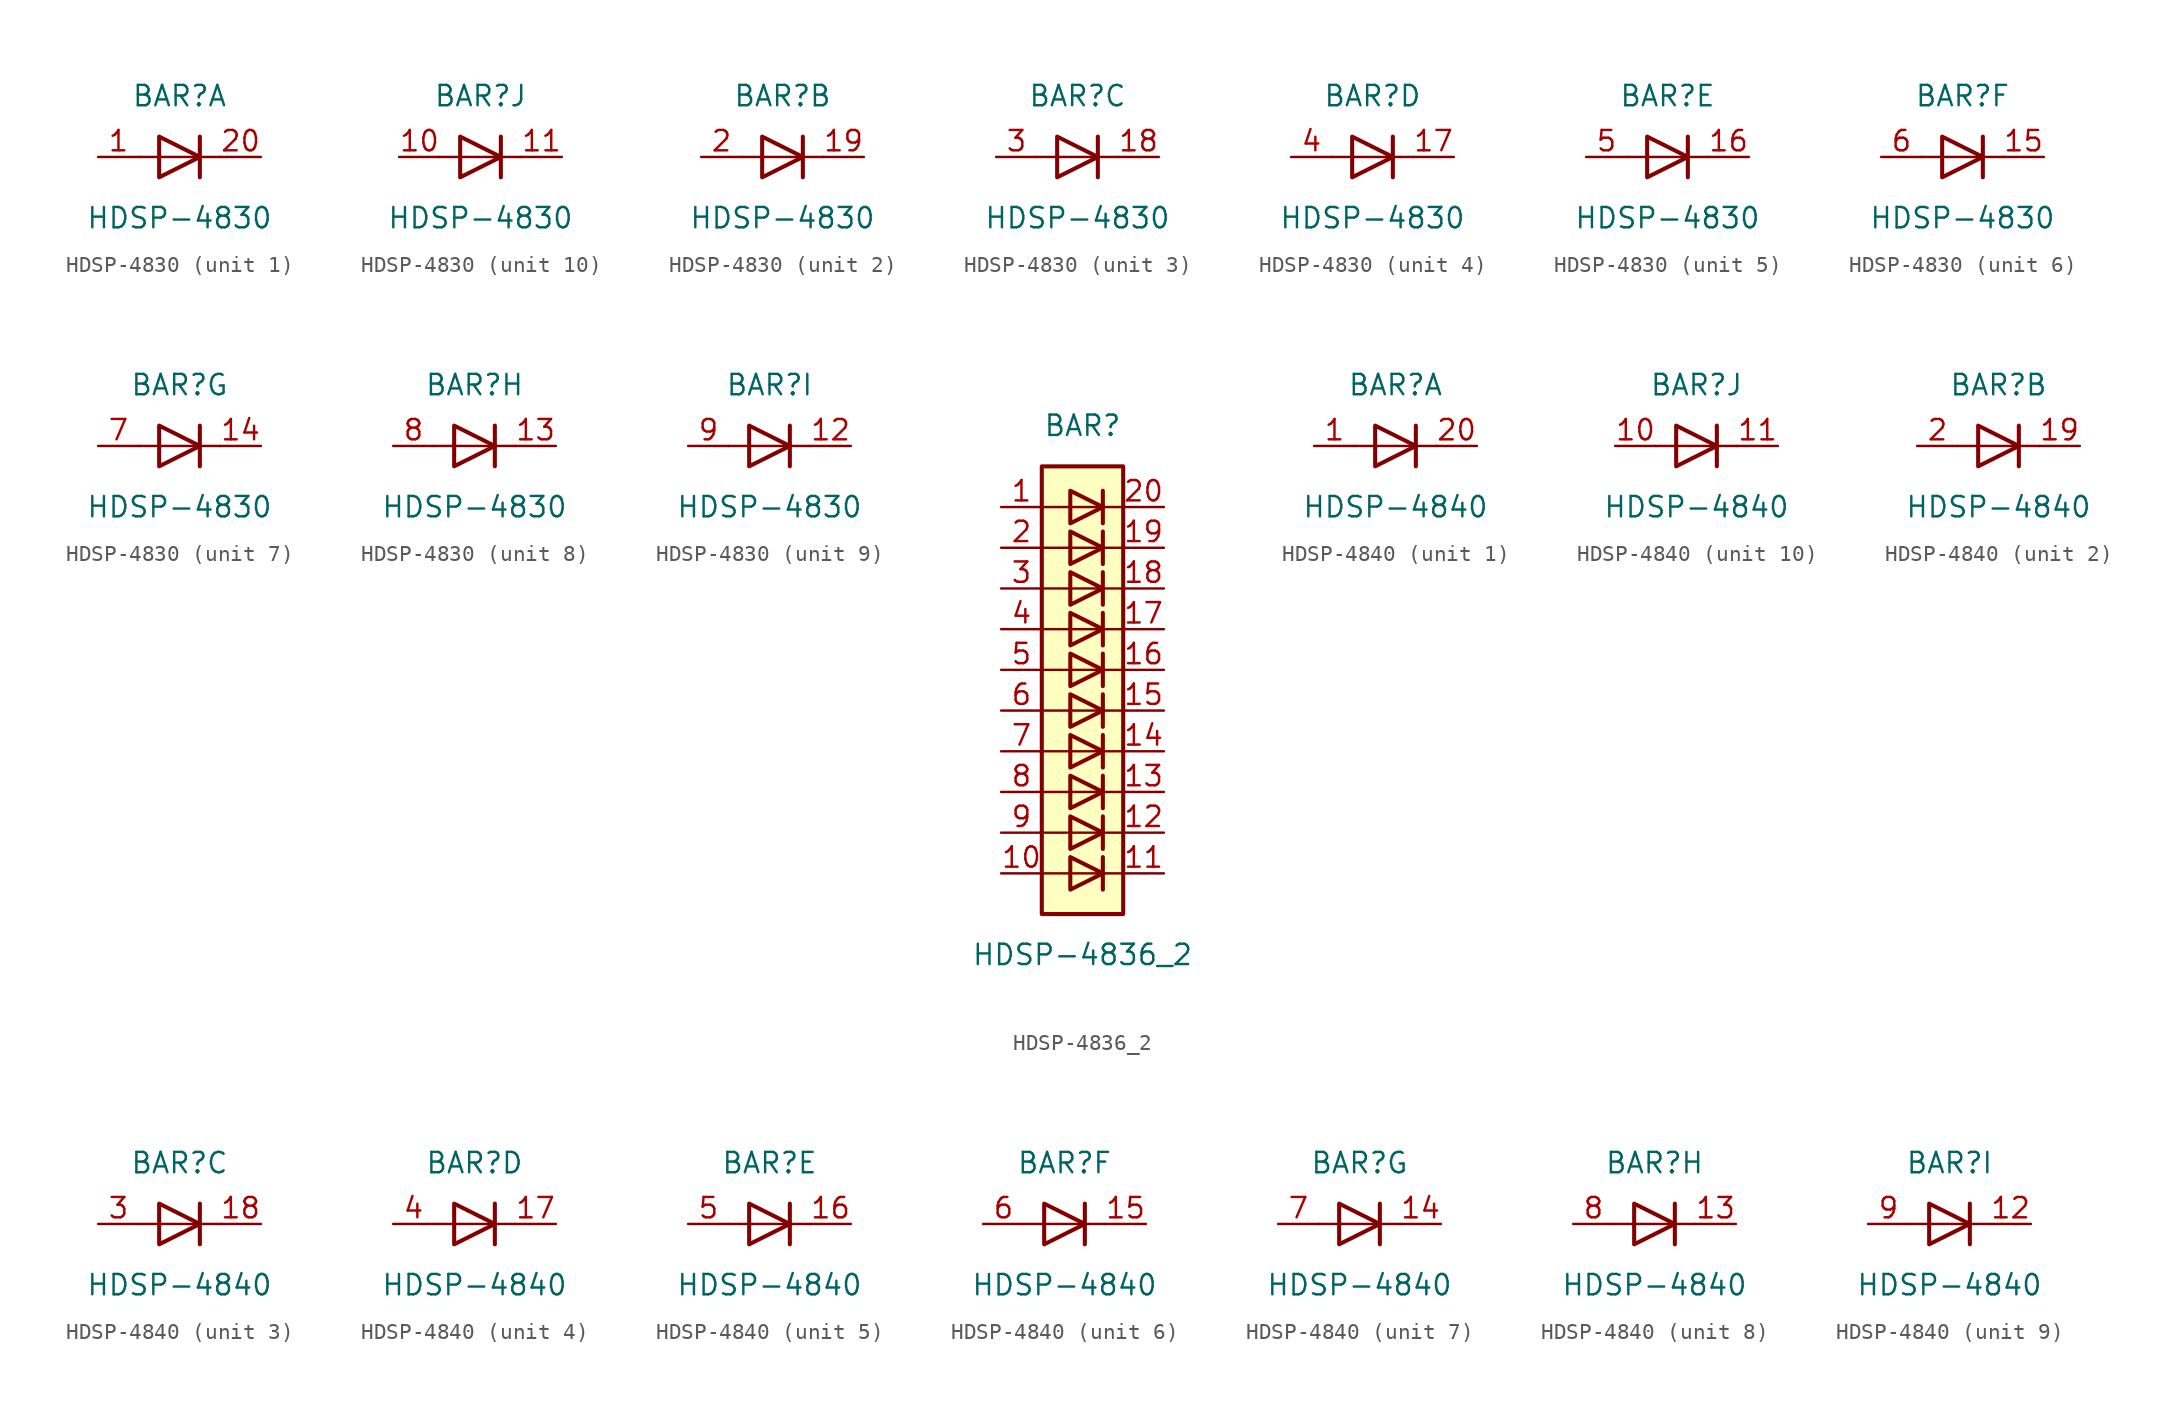
<source format=kicad_sym>
(kicad_symbol_lib
  (version 20231120)
  (generator "kicad_symbol_editor")
  (generator_version "8.0")
  (symbol "HDSP-4830"
    (pin_names
      (offset 1.016) hide)
    (property "Reference" "BAR"
      (at 0 3.81 0)
      (effects (font (size 1.27 1.27))))
    (property "Value" "HDSP-4830"
      (at 0 -3.81 0)
      (effects (font (size 1.27 1.27))))
    (symbol "HDSP-4830_0_1"
      (polyline (pts (xy -2.54 0) (xy 2.54 0)) (stroke (width 0) (type default)) (fill (type none)))
      (polyline (pts (xy 1.27 -1.27) (xy 1.27 1.27)) (stroke (width 0.254) (type default)) (fill (type none)))
      (polyline (pts (xy -1.27 1.27) (xy -1.27 -1.27) (xy 1.27 0) (xy -1.27 1.27)) (stroke (width 0.254) (type default)) (fill (type none))))
    (symbol "HDSP-4830_1_1"
      (pin passive line (at -5.08 0 0) (length 2.54) (name "A" (effects (font (size 1.27 1.27)))) (number "1" (effects (font (size 1.27 1.27)))))
      (pin passive line (at 5.08 0 180) (length 2.54) (name "K" (effects (font (size 1.27 1.27)))) (number "20" (effects (font (size 1.27 1.27))))))
    (symbol "HDSP-4830_2_1"
      (pin passive line (at 5.08 0 180) (length 2.54) (name "K" (effects (font (size 1.27 1.27)))) (number "19" (effects (font (size 1.27 1.27)))))
      (pin passive line (at -5.08 0 0) (length 2.54) (name "A" (effects (font (size 1.27 1.27)))) (number "2" (effects (font (size 1.27 1.27))))))
    (symbol "HDSP-4830_3_1"
      (pin passive line (at 5.08 0 180) (length 2.54) (name "K" (effects (font (size 1.27 1.27)))) (number "18" (effects (font (size 1.27 1.27)))))
      (pin passive line (at -5.08 0 0) (length 2.54) (name "A" (effects (font (size 1.27 1.27)))) (number "3" (effects (font (size 1.27 1.27))))))
    (symbol "HDSP-4830_4_1"
      (pin passive line (at 5.08 0 180) (length 2.54) (name "K" (effects (font (size 1.27 1.27)))) (number "17" (effects (font (size 1.27 1.27)))))
      (pin passive line (at -5.08 0 0) (length 2.54) (name "A" (effects (font (size 1.27 1.27)))) (number "4" (effects (font (size 1.27 1.27))))))
    (symbol "HDSP-4830_5_1"
      (pin passive line (at 5.08 0 180) (length 2.54) (name "K" (effects (font (size 1.27 1.27)))) (number "16" (effects (font (size 1.27 1.27)))))
      (pin passive line (at -5.08 0 0) (length 2.54) (name "A" (effects (font (size 1.27 1.27)))) (number "5" (effects (font (size 1.27 1.27))))))
    (symbol "HDSP-4830_6_1"
      (pin passive line (at 5.08 0 180) (length 2.54) (name "K" (effects (font (size 1.27 1.27)))) (number "15" (effects (font (size 1.27 1.27)))))
      (pin passive line (at -5.08 0 0) (length 2.54) (name "A" (effects (font (size 1.27 1.27)))) (number "6" (effects (font (size 1.27 1.27))))))
    (symbol "HDSP-4830_7_1"
      (pin passive line (at 5.08 0 180) (length 2.54) (name "K" (effects (font (size 1.27 1.27)))) (number "14" (effects (font (size 1.27 1.27)))))
      (pin passive line (at -5.08 0 0) (length 2.54) (name "A" (effects (font (size 1.27 1.27)))) (number "7" (effects (font (size 1.27 1.27))))))
    (symbol "HDSP-4830_8_1"
      (pin passive line (at 5.08 0 180) (length 2.54) (name "K" (effects (font (size 1.27 1.27)))) (number "13" (effects (font (size 1.27 1.27)))))
      (pin passive line (at -5.08 0 0) (length 2.54) (name "A" (effects (font (size 1.27 1.27)))) (number "8" (effects (font (size 1.27 1.27))))))
    (symbol "HDSP-4830_9_1"
      (pin passive line (at 5.08 0 180) (length 2.54) (name "K" (effects (font (size 1.27 1.27)))) (number "12" (effects (font (size 1.27 1.27)))))
      (pin passive line (at -5.08 0 0) (length 2.54) (name "A" (effects (font (size 1.27 1.27)))) (number "9" (effects (font (size 1.27 1.27))))))
    (symbol "HDSP-4830_10_1"
      (pin passive line (at -5.08 0 0) (length 2.54) (name "A" (effects (font (size 1.27 1.27)))) (number "10" (effects (font (size 1.27 1.27)))))
      (pin passive line (at 5.08 0 180) (length 2.54) (name "K" (effects (font (size 1.27 1.27)))) (number "11" (effects (font (size 1.27 1.27)))))))
  (symbol "HDSP-4836_2"
    (pin_names
      (offset 1.016) hide)
    (property "Reference" "BAR"
      (at 0 15.24 0)
      (effects (font (size 1.27 1.27))))
    (property "Value" "HDSP-4836_2"
      (at 0 -17.78 0)
      (effects (font (size 1.27 1.27))))
    (symbol "HDSP-4836_2_0_1"
      (rectangle (start -2.54 12.7) (end 2.54 -15.24) (stroke (width 0.254) (type default)) (fill (type background)))
      (polyline (pts (xy -2.54 -12.7) (xy 2.54 -12.7)) (stroke (width 0) (type default)) (fill (type none)))
      (polyline (pts (xy -2.54 -10.16) (xy 2.54 -10.16)) (stroke (width 0) (type default)) (fill (type none)))
      (polyline (pts (xy -2.54 -7.62) (xy 2.54 -7.62)) (stroke (width 0) (type default)) (fill (type none)))
      (polyline (pts (xy -2.54 -5.08) (xy 2.54 -5.08)) (stroke (width 0) (type default)) (fill (type none)))
      (polyline (pts (xy -2.54 0) (xy 2.54 0)) (stroke (width 0) (type default)) (fill (type none)))
      (polyline (pts (xy -2.54 5.08) (xy 2.54 5.08)) (stroke (width 0) (type default)) (fill (type none)))
      (polyline (pts (xy -2.54 7.62) (xy 2.54 7.62)) (stroke (width 0) (type default)) (fill (type none)))
      (polyline (pts (xy -2.54 10.16) (xy 2.54 10.16)) (stroke (width 0) (type default)) (fill (type none)))
      (polyline (pts (xy 1.27 -11.684) (xy 1.27 -13.716)) (stroke (width 0.254) (type default)) (fill (type none)))
      (polyline (pts (xy 1.27 -9.144) (xy 1.27 -11.176)) (stroke (width 0.254) (type default)) (fill (type none)))
      (polyline (pts (xy 1.27 -6.604) (xy 1.27 -8.636)) (stroke (width 0.254) (type default)) (fill (type none)))
      (polyline (pts (xy 1.27 -4.064) (xy 1.27 -6.096)) (stroke (width 0.254) (type default)) (fill (type none)))
      (polyline (pts (xy 1.27 -1.524) (xy 1.27 -3.556)) (stroke (width 0.254) (type default)) (fill (type none)))
      (polyline (pts (xy 1.27 1.016) (xy 1.27 -1.016)) (stroke (width 0.254) (type default)) (fill (type none)))
      (polyline (pts (xy 1.27 3.556) (xy 1.27 1.524)) (stroke (width 0.254) (type default)) (fill (type none)))
      (polyline (pts (xy 1.27 6.096) (xy 1.27 4.064)) (stroke (width 0.254) (type default)) (fill (type none)))
      (polyline (pts (xy 1.27 8.636) (xy 1.27 6.604)) (stroke (width 0.254) (type default)) (fill (type none)))
      (polyline (pts (xy 1.27 11.176) (xy 1.27 9.144)) (stroke (width 0.254) (type default)) (fill (type none)))
      (polyline (pts (xy 2.54 -2.54) (xy -2.54 -2.54)) (stroke (width 0) (type default)) (fill (type none)))
      (polyline (pts (xy 2.54 2.54) (xy -2.54 2.54)) (stroke (width 0) (type default)) (fill (type none)))
      (polyline (pts (xy -0.762 -11.684) (xy -0.762 -13.716) (xy 1.27 -12.7) (xy -0.762 -11.684)) (stroke (width 0.254) (type default)) (fill (type none)))
      (polyline (pts (xy -0.762 -9.144) (xy -0.762 -11.176) (xy 1.27 -10.16) (xy -0.762 -9.144)) (stroke (width 0.254) (type default)) (fill (type none)))
      (polyline (pts (xy -0.762 -6.604) (xy -0.762 -8.636) (xy 1.27 -7.62) (xy -0.762 -6.604)) (stroke (width 0.254) (type default)) (fill (type none)))
      (polyline (pts (xy -0.762 -4.064) (xy -0.762 -6.096) (xy 1.27 -5.08) (xy -0.762 -4.064)) (stroke (width 0.254) (type default)) (fill (type none)))
      (polyline (pts (xy -0.762 -1.524) (xy -0.762 -3.556) (xy 1.27 -2.54) (xy -0.762 -1.524)) (stroke (width 0.254) (type default)) (fill (type none)))
      (polyline (pts (xy -0.762 1.016) (xy -0.762 -1.016) (xy 1.27 0) (xy -0.762 1.016)) (stroke (width 0.254) (type default)) (fill (type none)))
      (polyline (pts (xy -0.762 3.556) (xy -0.762 1.524) (xy 1.27 2.54) (xy -0.762 3.556)) (stroke (width 0.254) (type default)) (fill (type none)))
      (polyline (pts (xy -0.762 6.096) (xy -0.762 4.064) (xy 1.27 5.08) (xy -0.762 6.096)) (stroke (width 0.254) (type default)) (fill (type none)))
      (polyline (pts (xy -0.762 8.636) (xy -0.762 6.604) (xy 1.27 7.62) (xy -0.762 8.636)) (stroke (width 0.254) (type default)) (fill (type none)))
      (polyline (pts (xy -0.762 11.176) (xy -0.762 9.144) (xy 1.27 10.16) (xy -0.762 11.176)) (stroke (width 0.254) (type default)) (fill (type none))))
    (symbol "HDSP-4836_2_1_1"
      (pin passive line (at -5.08 10.16 0) (length 2.54) (name "A" (effects (font (size 1.27 1.27)))) (number "1" (effects (font (size 1.27 1.27)))))
      (pin passive line (at -5.08 -12.7 0) (length 2.54) (name "A" (effects (font (size 1.27 1.27)))) (number "10" (effects (font (size 1.27 1.27)))))
      (pin passive line (at 5.08 -12.7 180) (length 2.54) (name "K" (effects (font (size 1.27 1.27)))) (number "11" (effects (font (size 1.27 1.27)))))
      (pin passive line (at 5.08 -10.16 180) (length 2.54) (name "K" (effects (font (size 1.27 1.27)))) (number "12" (effects (font (size 1.27 1.27)))))
      (pin passive line (at 5.08 -7.62 180) (length 2.54) (name "K" (effects (font (size 1.27 1.27)))) (number "13" (effects (font (size 1.27 1.27)))))
      (pin passive line (at 5.08 -5.08 180) (length 2.54) (name "K" (effects (font (size 1.27 1.27)))) (number "14" (effects (font (size 1.27 1.27)))))
      (pin passive line (at 5.08 -2.54 180) (length 2.54) (name "K" (effects (font (size 1.27 1.27)))) (number "15" (effects (font (size 1.27 1.27)))))
      (pin passive line (at 5.08 0 180) (length 2.54) (name "K" (effects (font (size 1.27 1.27)))) (number "16" (effects (font (size 1.27 1.27)))))
      (pin passive line (at 5.08 2.54 180) (length 2.54) (name "K" (effects (font (size 1.27 1.27)))) (number "17" (effects (font (size 1.27 1.27)))))
      (pin passive line (at 5.08 5.08 180) (length 2.54) (name "K" (effects (font (size 1.27 1.27)))) (number "18" (effects (font (size 1.27 1.27)))))
      (pin passive line (at 5.08 7.62 180) (length 2.54) (name "K" (effects (font (size 1.27 1.27)))) (number "19" (effects (font (size 1.27 1.27)))))
      (pin passive line (at -5.08 7.62 0) (length 2.54) (name "A" (effects (font (size 1.27 1.27)))) (number "2" (effects (font (size 1.27 1.27)))))
      (pin passive line (at 5.08 10.16 180) (length 2.54) (name "K" (effects (font (size 1.27 1.27)))) (number "20" (effects (font (size 1.27 1.27)))))
      (pin passive line (at -5.08 5.08 0) (length 2.54) (name "A" (effects (font (size 1.27 1.27)))) (number "3" (effects (font (size 1.27 1.27)))))
      (pin passive line (at -5.08 2.54 0) (length 2.54) (name "A" (effects (font (size 1.27 1.27)))) (number "4" (effects (font (size 1.27 1.27)))))
      (pin passive line (at -5.08 0 0) (length 2.54) (name "A" (effects (font (size 1.27 1.27)))) (number "5" (effects (font (size 1.27 1.27)))))
      (pin passive line (at -5.08 -2.54 0) (length 2.54) (name "A" (effects (font (size 1.27 1.27)))) (number "6" (effects (font (size 1.27 1.27)))))
      (pin passive line (at -5.08 -5.08 0) (length 2.54) (name "A" (effects (font (size 1.27 1.27)))) (number "7" (effects (font (size 1.27 1.27)))))
      (pin passive line (at -5.08 -7.62 0) (length 2.54) (name "A" (effects (font (size 1.27 1.27)))) (number "8" (effects (font (size 1.27 1.27)))))
      (pin passive line (at -5.08 -10.16 0) (length 2.54) (name "A" (effects (font (size 1.27 1.27)))) (number "9" (effects (font (size 1.27 1.27)))))))
  (symbol "HDSP-4840"
    (pin_names
      (offset 1.016) hide)
    (property "Reference" "BAR"
      (at 0 3.81 0)
      (effects (font (size 1.27 1.27))))
    (property "Value" "HDSP-4840"
      (at 0 -3.81 0)
      (effects (font (size 1.27 1.27))))
    (symbol "HDSP-4840_0_1"
      (polyline (pts (xy -2.54 0) (xy 2.54 0)) (stroke (width 0) (type default)) (fill (type none)))
      (polyline (pts (xy 1.27 -1.27) (xy 1.27 1.27)) (stroke (width 0.254) (type default)) (fill (type none)))
      (polyline (pts (xy -1.27 1.27) (xy -1.27 -1.27) (xy 1.27 0) (xy -1.27 1.27)) (stroke (width 0.254) (type default)) (fill (type none))))
    (symbol "HDSP-4840_1_1"
      (pin passive line (at -5.08 0 0) (length 2.54) (name "A" (effects (font (size 1.27 1.27)))) (number "1" (effects (font (size 1.27 1.27)))))
      (pin passive line (at 5.08 0 180) (length 2.54) (name "K" (effects (font (size 1.27 1.27)))) (number "20" (effects (font (size 1.27 1.27))))))
    (symbol "HDSP-4840_2_1"
      (pin passive line (at 5.08 0 180) (length 2.54) (name "K" (effects (font (size 1.27 1.27)))) (number "19" (effects (font (size 1.27 1.27)))))
      (pin passive line (at -5.08 0 0) (length 2.54) (name "A" (effects (font (size 1.27 1.27)))) (number "2" (effects (font (size 1.27 1.27))))))
    (symbol "HDSP-4840_3_1"
      (pin passive line (at 5.08 0 180) (length 2.54) (name "K" (effects (font (size 1.27 1.27)))) (number "18" (effects (font (size 1.27 1.27)))))
      (pin passive line (at -5.08 0 0) (length 2.54) (name "A" (effects (font (size 1.27 1.27)))) (number "3" (effects (font (size 1.27 1.27))))))
    (symbol "HDSP-4840_4_1"
      (pin passive line (at 5.08 0 180) (length 2.54) (name "K" (effects (font (size 1.27 1.27)))) (number "17" (effects (font (size 1.27 1.27)))))
      (pin passive line (at -5.08 0 0) (length 2.54) (name "A" (effects (font (size 1.27 1.27)))) (number "4" (effects (font (size 1.27 1.27))))))
    (symbol "HDSP-4840_5_1"
      (pin passive line (at 5.08 0 180) (length 2.54) (name "K" (effects (font (size 1.27 1.27)))) (number "16" (effects (font (size 1.27 1.27)))))
      (pin passive line (at -5.08 0 0) (length 2.54) (name "A" (effects (font (size 1.27 1.27)))) (number "5" (effects (font (size 1.27 1.27))))))
    (symbol "HDSP-4840_6_1"
      (pin passive line (at 5.08 0 180) (length 2.54) (name "K" (effects (font (size 1.27 1.27)))) (number "15" (effects (font (size 1.27 1.27)))))
      (pin passive line (at -5.08 0 0) (length 2.54) (name "A" (effects (font (size 1.27 1.27)))) (number "6" (effects (font (size 1.27 1.27))))))
    (symbol "HDSP-4840_7_1"
      (pin passive line (at 5.08 0 180) (length 2.54) (name "K" (effects (font (size 1.27 1.27)))) (number "14" (effects (font (size 1.27 1.27)))))
      (pin passive line (at -5.08 0 0) (length 2.54) (name "A" (effects (font (size 1.27 1.27)))) (number "7" (effects (font (size 1.27 1.27))))))
    (symbol "HDSP-4840_8_1"
      (pin passive line (at 5.08 0 180) (length 2.54) (name "K" (effects (font (size 1.27 1.27)))) (number "13" (effects (font (size 1.27 1.27)))))
      (pin passive line (at -5.08 0 0) (length 2.54) (name "A" (effects (font (size 1.27 1.27)))) (number "8" (effects (font (size 1.27 1.27))))))
    (symbol "HDSP-4840_9_1"
      (pin passive line (at 5.08 0 180) (length 2.54) (name "K" (effects (font (size 1.27 1.27)))) (number "12" (effects (font (size 1.27 1.27)))))
      (pin passive line (at -5.08 0 0) (length 2.54) (name "A" (effects (font (size 1.27 1.27)))) (number "9" (effects (font (size 1.27 1.27))))))
    (symbol "HDSP-4840_10_1"
      (pin passive line (at -5.08 0 0) (length 2.54) (name "A" (effects (font (size 1.27 1.27)))) (number "10" (effects (font (size 1.27 1.27)))))
      (pin passive line (at 5.08 0 180) (length 2.54) (name "K" (effects (font (size 1.27 1.27)))) (number "11" (effects (font (size 1.27 1.27))))))))
</source>
